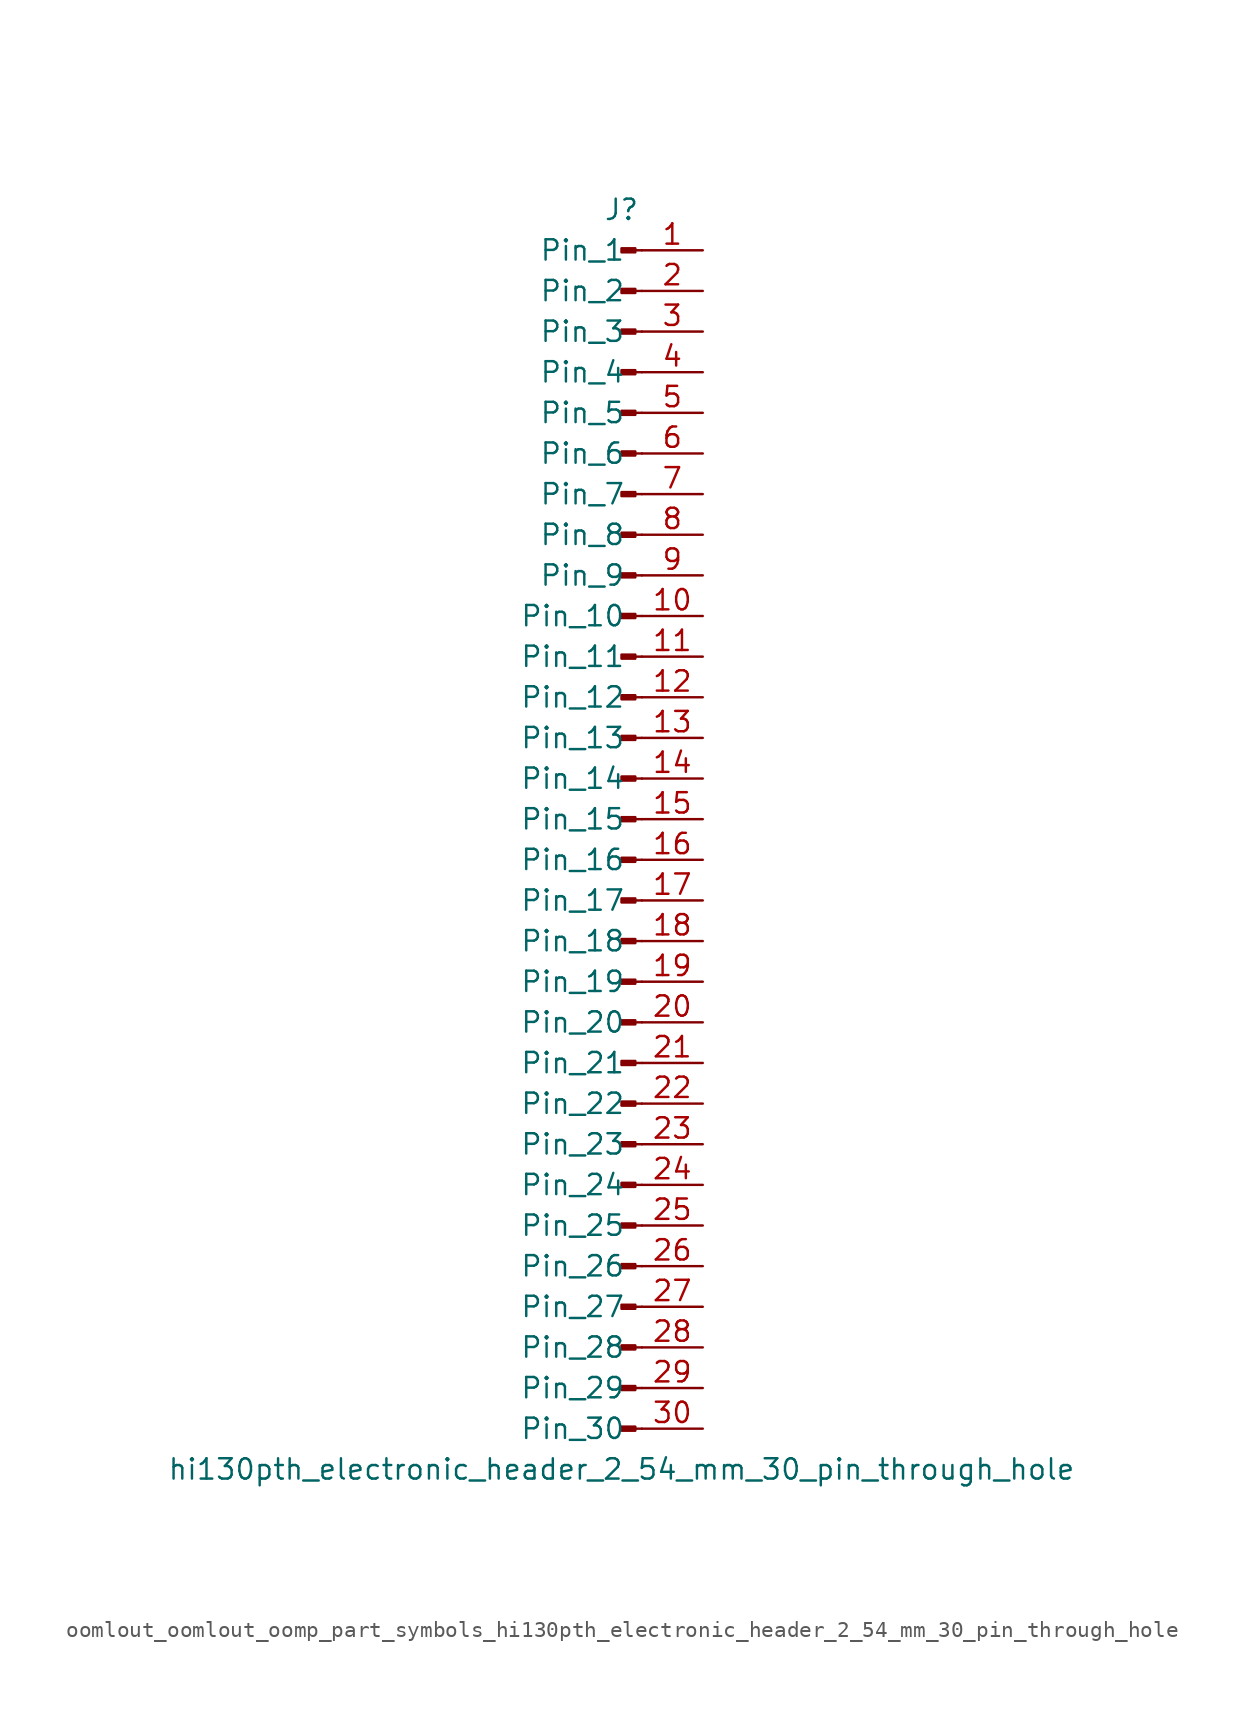
<source format=kicad_sym>
(kicad_symbol_lib
  (version 20220914)
  (generator kicad_symbol_editor)
  (symbol "oomlout_oomlout_oomp_part_symbols_hi130pth_electronic_header_2_54_mm_30_pin_through_hole"
    (pin_names
      (offset 1.016))
    (property "Reference" "J"
      (at 0 38.1 0)
      (effects (font (size 1.27 1.27))))
    (property "Value" "hi130pth_electronic_header_2_54_mm_30_pin_through_hole"
      (at 0 -40.64 0)
      (effects (font (size 1.27 1.27))))
    (property "ki_locked" ""
      (at 0 0 0)
      (effects (font (size 1.27 1.27))))
    (symbol "oomlout_oomlout_oomp_part_symbols_hi130pth_electronic_header_2_54_mm_30_pin_through_hole_1_1"
      (polyline (pts (xy 1.27 -38.1) (xy 0.864 -38.1)) (stroke (width 0.152) (type default)) (fill (type none)))
      (polyline (pts (xy 1.27 -35.56) (xy 0.864 -35.56)) (stroke (width 0.152) (type default)) (fill (type none)))
      (polyline (pts (xy 1.27 -33.02) (xy 0.864 -33.02)) (stroke (width 0.152) (type default)) (fill (type none)))
      (polyline (pts (xy 1.27 -30.48) (xy 0.864 -30.48)) (stroke (width 0.152) (type default)) (fill (type none)))
      (polyline (pts (xy 1.27 -27.94) (xy 0.864 -27.94)) (stroke (width 0.152) (type default)) (fill (type none)))
      (polyline (pts (xy 1.27 -25.4) (xy 0.864 -25.4)) (stroke (width 0.152) (type default)) (fill (type none)))
      (polyline (pts (xy 1.27 -22.86) (xy 0.864 -22.86)) (stroke (width 0.152) (type default)) (fill (type none)))
      (polyline (pts (xy 1.27 -20.32) (xy 0.864 -20.32)) (stroke (width 0.152) (type default)) (fill (type none)))
      (polyline (pts (xy 1.27 -17.78) (xy 0.864 -17.78)) (stroke (width 0.152) (type default)) (fill (type none)))
      (polyline (pts (xy 1.27 -15.24) (xy 0.864 -15.24)) (stroke (width 0.152) (type default)) (fill (type none)))
      (polyline (pts (xy 1.27 -12.7) (xy 0.864 -12.7)) (stroke (width 0.152) (type default)) (fill (type none)))
      (polyline (pts (xy 1.27 -10.16) (xy 0.864 -10.16)) (stroke (width 0.152) (type default)) (fill (type none)))
      (polyline (pts (xy 1.27 -7.62) (xy 0.864 -7.62)) (stroke (width 0.152) (type default)) (fill (type none)))
      (polyline (pts (xy 1.27 -5.08) (xy 0.864 -5.08)) (stroke (width 0.152) (type default)) (fill (type none)))
      (polyline (pts (xy 1.27 -2.54) (xy 0.864 -2.54)) (stroke (width 0.152) (type default)) (fill (type none)))
      (polyline (pts (xy 1.27 0) (xy 0.864 0)) (stroke (width 0.152) (type default)) (fill (type none)))
      (polyline (pts (xy 1.27 2.54) (xy 0.864 2.54)) (stroke (width 0.152) (type default)) (fill (type none)))
      (polyline (pts (xy 1.27 5.08) (xy 0.864 5.08)) (stroke (width 0.152) (type default)) (fill (type none)))
      (polyline (pts (xy 1.27 7.62) (xy 0.864 7.62)) (stroke (width 0.152) (type default)) (fill (type none)))
      (polyline (pts (xy 1.27 10.16) (xy 0.864 10.16)) (stroke (width 0.152) (type default)) (fill (type none)))
      (polyline (pts (xy 1.27 12.7) (xy 0.864 12.7)) (stroke (width 0.152) (type default)) (fill (type none)))
      (polyline (pts (xy 1.27 15.24) (xy 0.864 15.24)) (stroke (width 0.152) (type default)) (fill (type none)))
      (polyline (pts (xy 1.27 17.78) (xy 0.864 17.78)) (stroke (width 0.152) (type default)) (fill (type none)))
      (polyline (pts (xy 1.27 20.32) (xy 0.864 20.32)) (stroke (width 0.152) (type default)) (fill (type none)))
      (polyline (pts (xy 1.27 22.86) (xy 0.864 22.86)) (stroke (width 0.152) (type default)) (fill (type none)))
      (polyline (pts (xy 1.27 25.4) (xy 0.864 25.4)) (stroke (width 0.152) (type default)) (fill (type none)))
      (polyline (pts (xy 1.27 27.94) (xy 0.864 27.94)) (stroke (width 0.152) (type default)) (fill (type none)))
      (polyline (pts (xy 1.27 30.48) (xy 0.864 30.48)) (stroke (width 0.152) (type default)) (fill (type none)))
      (polyline (pts (xy 1.27 33.02) (xy 0.864 33.02)) (stroke (width 0.152) (type default)) (fill (type none)))
      (polyline (pts (xy 1.27 35.56) (xy 0.864 35.56)) (stroke (width 0.152) (type default)) (fill (type none)))
      (rectangle (start 0.864 -37.973) (end 0 -38.227) (stroke (width 0.152) (type default)) (fill (type outline)))
      (rectangle (start 0.864 -35.433) (end 0 -35.687) (stroke (width 0.152) (type default)) (fill (type outline)))
      (rectangle (start 0.864 -32.893) (end 0 -33.147) (stroke (width 0.152) (type default)) (fill (type outline)))
      (rectangle (start 0.864 -30.353) (end 0 -30.607) (stroke (width 0.152) (type default)) (fill (type outline)))
      (rectangle (start 0.864 -27.813) (end 0 -28.067) (stroke (width 0.152) (type default)) (fill (type outline)))
      (rectangle (start 0.864 -25.273) (end 0 -25.527) (stroke (width 0.152) (type default)) (fill (type outline)))
      (rectangle (start 0.864 -22.733) (end 0 -22.987) (stroke (width 0.152) (type default)) (fill (type outline)))
      (rectangle (start 0.864 -20.193) (end 0 -20.447) (stroke (width 0.152) (type default)) (fill (type outline)))
      (rectangle (start 0.864 -17.653) (end 0 -17.907) (stroke (width 0.152) (type default)) (fill (type outline)))
      (rectangle (start 0.864 -15.113) (end 0 -15.367) (stroke (width 0.152) (type default)) (fill (type outline)))
      (rectangle (start 0.864 -12.573) (end 0 -12.827) (stroke (width 0.152) (type default)) (fill (type outline)))
      (rectangle (start 0.864 -10.033) (end 0 -10.287) (stroke (width 0.152) (type default)) (fill (type outline)))
      (rectangle (start 0.864 -7.493) (end 0 -7.747) (stroke (width 0.152) (type default)) (fill (type outline)))
      (rectangle (start 0.864 -4.953) (end 0 -5.207) (stroke (width 0.152) (type default)) (fill (type outline)))
      (rectangle (start 0.864 -2.413) (end 0 -2.667) (stroke (width 0.152) (type default)) (fill (type outline)))
      (rectangle (start 0.864 0.127) (end 0 -0.127) (stroke (width 0.152) (type default)) (fill (type outline)))
      (rectangle (start 0.864 2.667) (end 0 2.413) (stroke (width 0.152) (type default)) (fill (type outline)))
      (rectangle (start 0.864 5.207) (end 0 4.953) (stroke (width 0.152) (type default)) (fill (type outline)))
      (rectangle (start 0.864 7.747) (end 0 7.493) (stroke (width 0.152) (type default)) (fill (type outline)))
      (rectangle (start 0.864 10.287) (end 0 10.033) (stroke (width 0.152) (type default)) (fill (type outline)))
      (rectangle (start 0.864 12.827) (end 0 12.573) (stroke (width 0.152) (type default)) (fill (type outline)))
      (rectangle (start 0.864 15.367) (end 0 15.113) (stroke (width 0.152) (type default)) (fill (type outline)))
      (rectangle (start 0.864 17.907) (end 0 17.653) (stroke (width 0.152) (type default)) (fill (type outline)))
      (rectangle (start 0.864 20.447) (end 0 20.193) (stroke (width 0.152) (type default)) (fill (type outline)))
      (rectangle (start 0.864 22.987) (end 0 22.733) (stroke (width 0.152) (type default)) (fill (type outline)))
      (rectangle (start 0.864 25.527) (end 0 25.273) (stroke (width 0.152) (type default)) (fill (type outline)))
      (rectangle (start 0.864 28.067) (end 0 27.813) (stroke (width 0.152) (type default)) (fill (type outline)))
      (rectangle (start 0.864 30.607) (end 0 30.353) (stroke (width 0.152) (type default)) (fill (type outline)))
      (rectangle (start 0.864 33.147) (end 0 32.893) (stroke (width 0.152) (type default)) (fill (type outline)))
      (rectangle (start 0.864 35.687) (end 0 35.433) (stroke (width 0.152) (type default)) (fill (type outline)))
      (pin passive line (at 5.08 35.56 180) (length 3.81) (name "Pin_1" (effects (font (size 1.27 1.27)))) (number "1" (effects (font (size 1.27 1.27)))))
      (pin passive line (at 5.08 12.7 180) (length 3.81) (name "Pin_10" (effects (font (size 1.27 1.27)))) (number "10" (effects (font (size 1.27 1.27)))))
      (pin passive line (at 5.08 10.16 180) (length 3.81) (name "Pin_11" (effects (font (size 1.27 1.27)))) (number "11" (effects (font (size 1.27 1.27)))))
      (pin passive line (at 5.08 7.62 180) (length 3.81) (name "Pin_12" (effects (font (size 1.27 1.27)))) (number "12" (effects (font (size 1.27 1.27)))))
      (pin passive line (at 5.08 5.08 180) (length 3.81) (name "Pin_13" (effects (font (size 1.27 1.27)))) (number "13" (effects (font (size 1.27 1.27)))))
      (pin passive line (at 5.08 2.54 180) (length 3.81) (name "Pin_14" (effects (font (size 1.27 1.27)))) (number "14" (effects (font (size 1.27 1.27)))))
      (pin passive line (at 5.08 0 180) (length 3.81) (name "Pin_15" (effects (font (size 1.27 1.27)))) (number "15" (effects (font (size 1.27 1.27)))))
      (pin passive line (at 5.08 -2.54 180) (length 3.81) (name "Pin_16" (effects (font (size 1.27 1.27)))) (number "16" (effects (font (size 1.27 1.27)))))
      (pin passive line (at 5.08 -5.08 180) (length 3.81) (name "Pin_17" (effects (font (size 1.27 1.27)))) (number "17" (effects (font (size 1.27 1.27)))))
      (pin passive line (at 5.08 -7.62 180) (length 3.81) (name "Pin_18" (effects (font (size 1.27 1.27)))) (number "18" (effects (font (size 1.27 1.27)))))
      (pin passive line (at 5.08 -10.16 180) (length 3.81) (name "Pin_19" (effects (font (size 1.27 1.27)))) (number "19" (effects (font (size 1.27 1.27)))))
      (pin passive line (at 5.08 33.02 180) (length 3.81) (name "Pin_2" (effects (font (size 1.27 1.27)))) (number "2" (effects (font (size 1.27 1.27)))))
      (pin passive line (at 5.08 -12.7 180) (length 3.81) (name "Pin_20" (effects (font (size 1.27 1.27)))) (number "20" (effects (font (size 1.27 1.27)))))
      (pin passive line (at 5.08 -15.24 180) (length 3.81) (name "Pin_21" (effects (font (size 1.27 1.27)))) (number "21" (effects (font (size 1.27 1.27)))))
      (pin passive line (at 5.08 -17.78 180) (length 3.81) (name "Pin_22" (effects (font (size 1.27 1.27)))) (number "22" (effects (font (size 1.27 1.27)))))
      (pin passive line (at 5.08 -20.32 180) (length 3.81) (name "Pin_23" (effects (font (size 1.27 1.27)))) (number "23" (effects (font (size 1.27 1.27)))))
      (pin passive line (at 5.08 -22.86 180) (length 3.81) (name "Pin_24" (effects (font (size 1.27 1.27)))) (number "24" (effects (font (size 1.27 1.27)))))
      (pin passive line (at 5.08 -25.4 180) (length 3.81) (name "Pin_25" (effects (font (size 1.27 1.27)))) (number "25" (effects (font (size 1.27 1.27)))))
      (pin passive line (at 5.08 -27.94 180) (length 3.81) (name "Pin_26" (effects (font (size 1.27 1.27)))) (number "26" (effects (font (size 1.27 1.27)))))
      (pin passive line (at 5.08 -30.48 180) (length 3.81) (name "Pin_27" (effects (font (size 1.27 1.27)))) (number "27" (effects (font (size 1.27 1.27)))))
      (pin passive line (at 5.08 -33.02 180) (length 3.81) (name "Pin_28" (effects (font (size 1.27 1.27)))) (number "28" (effects (font (size 1.27 1.27)))))
      (pin passive line (at 5.08 -35.56 180) (length 3.81) (name "Pin_29" (effects (font (size 1.27 1.27)))) (number "29" (effects (font (size 1.27 1.27)))))
      (pin passive line (at 5.08 30.48 180) (length 3.81) (name "Pin_3" (effects (font (size 1.27 1.27)))) (number "3" (effects (font (size 1.27 1.27)))))
      (pin passive line (at 5.08 -38.1 180) (length 3.81) (name "Pin_30" (effects (font (size 1.27 1.27)))) (number "30" (effects (font (size 1.27 1.27)))))
      (pin passive line (at 5.08 27.94 180) (length 3.81) (name "Pin_4" (effects (font (size 1.27 1.27)))) (number "4" (effects (font (size 1.27 1.27)))))
      (pin passive line (at 5.08 25.4 180) (length 3.81) (name "Pin_5" (effects (font (size 1.27 1.27)))) (number "5" (effects (font (size 1.27 1.27)))))
      (pin passive line (at 5.08 22.86 180) (length 3.81) (name "Pin_6" (effects (font (size 1.27 1.27)))) (number "6" (effects (font (size 1.27 1.27)))))
      (pin passive line (at 5.08 20.32 180) (length 3.81) (name "Pin_7" (effects (font (size 1.27 1.27)))) (number "7" (effects (font (size 1.27 1.27)))))
      (pin passive line (at 5.08 17.78 180) (length 3.81) (name "Pin_8" (effects (font (size 1.27 1.27)))) (number "8" (effects (font (size 1.27 1.27)))))
      (pin passive line (at 5.08 15.24 180) (length 3.81) (name "Pin_9" (effects (font (size 1.27 1.27)))) (number "9" (effects (font (size 1.27 1.27))))))))
</source>
